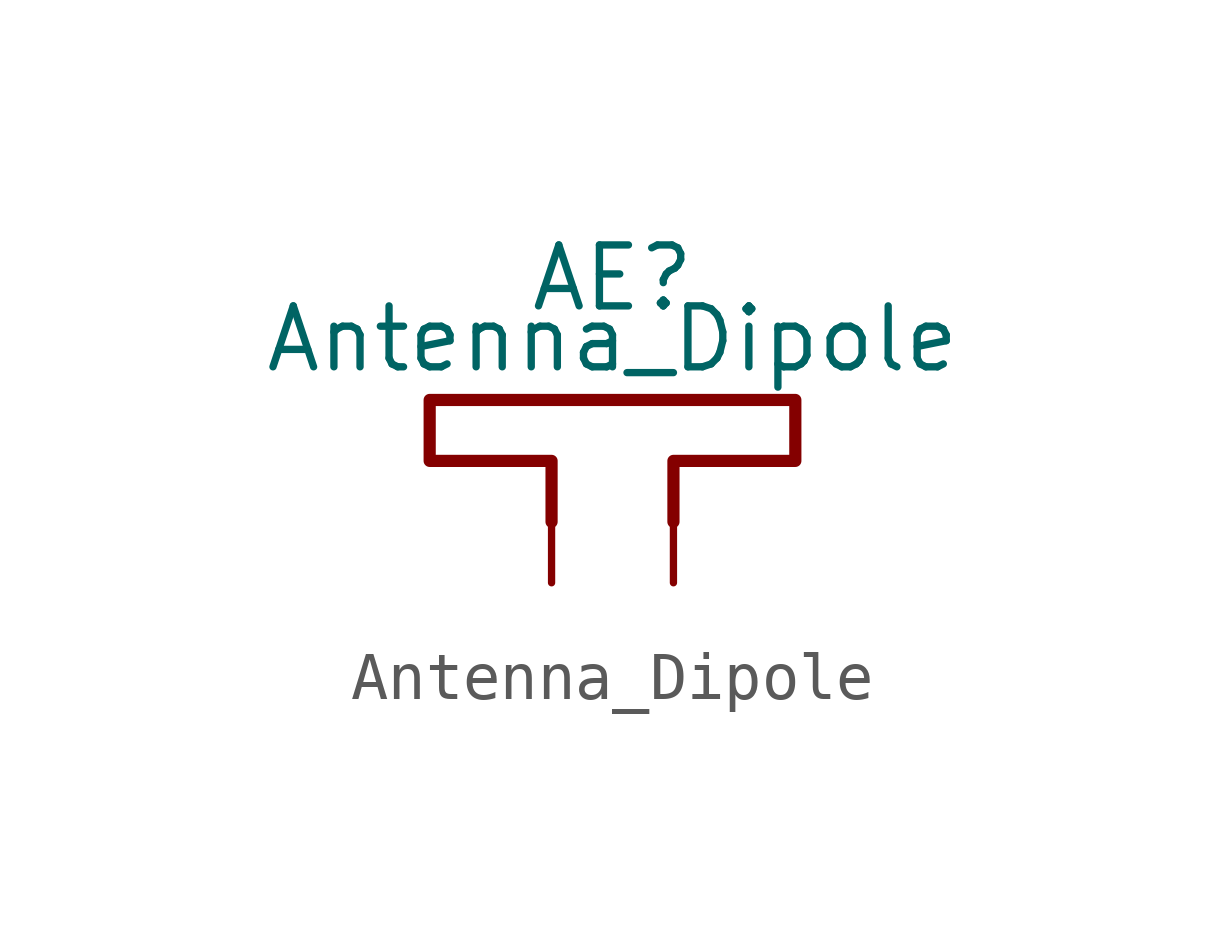
<source format=kicad_sym>
(kicad_symbol_lib
  (version 20220914)
  (generator kicad_symbol_editor)
  (symbol "Antenna_Dipole"
    (pin_numbers hide)
    (pin_names
      (offset 1.016) hide)
    (property "Reference" "AE"
      (at 1.27 1.27 0)
      (effects (font (size 1.27 1.27))))
    (property "Value" "Antenna_Dipole"
      (at 1.27 0 0)
      (effects (font (size 1.27 1.27))))
    (symbol "Antenna_Dipole_0_1"
      (polyline (pts (xy 2.54 -3.81) (xy 2.54 -2.54) (xy 5.08 -2.54) (xy 5.08 -1.27) (xy -2.54 -1.27) (xy -2.54 -2.54) (xy 0 -2.54) (xy 0 -3.81)) (stroke (width 0.254) (type default)) (fill (type none))))
    (symbol "Antenna_Dipole_1_1"
      (pin input line (at 0 -5.08 90) (length 2.54) (name "1" (effects (font (size 1.27 1.27)))) (number "1" (effects (font (size 1.27 1.27)))) (alternate "S1" input line) (alternate "S2" input line) (alternate "S3" input line))
      (pin input line (at 2.54 -5.08 90) (length 2.54) (name "3" (effects (font (size 1.27 1.27)))) (number "3" (effects (font (size 1.27 1.27)))) (alternate "S1" input line) (alternate "S2" input line) (alternate "S3" input line)))))
</source>
